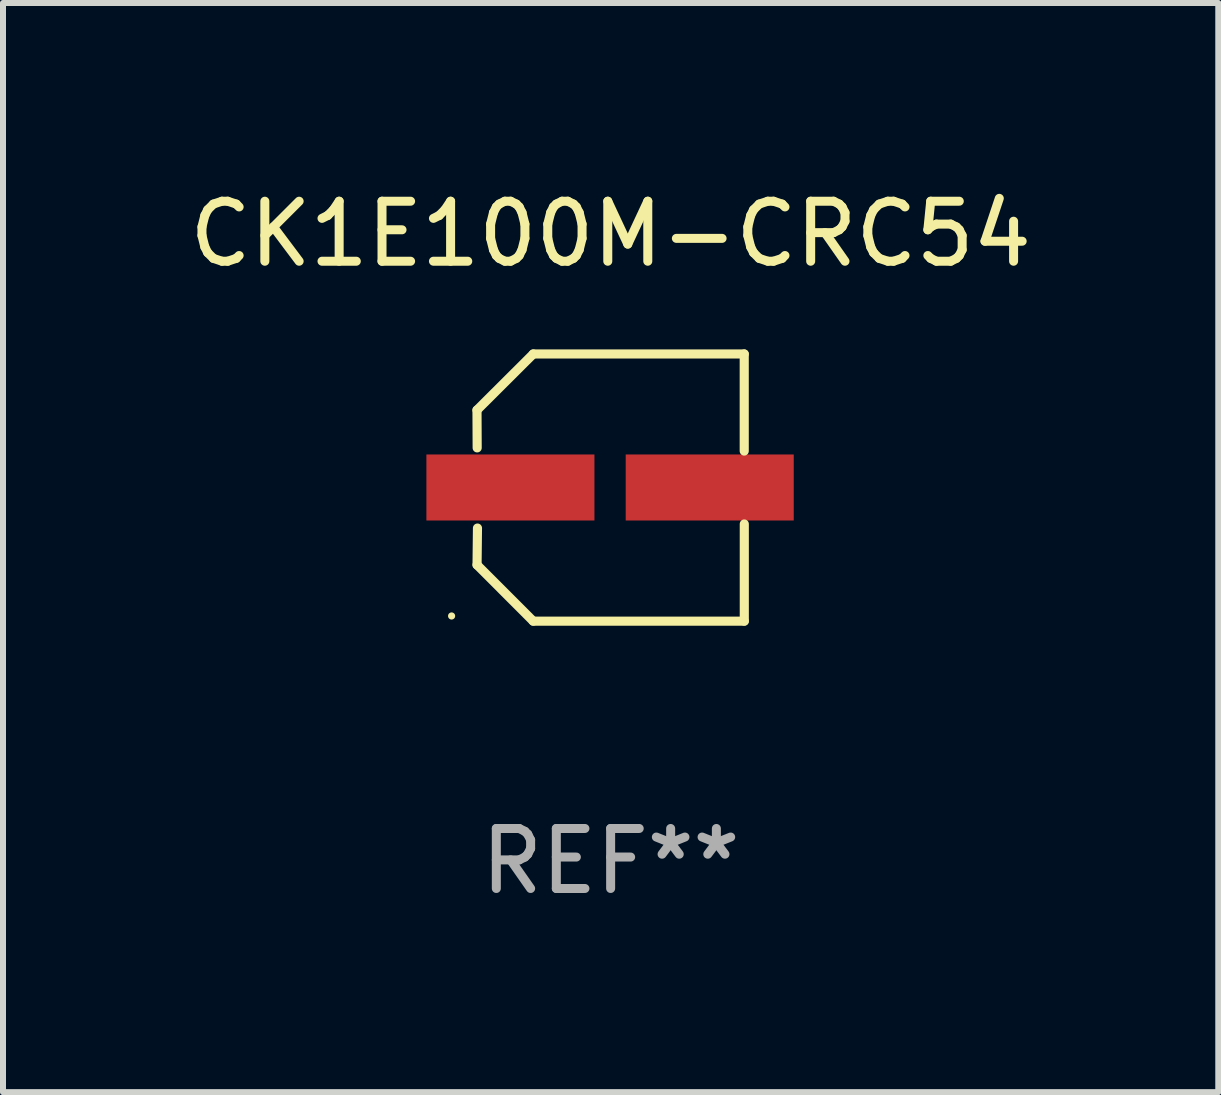
<source format=kicad_pcb>
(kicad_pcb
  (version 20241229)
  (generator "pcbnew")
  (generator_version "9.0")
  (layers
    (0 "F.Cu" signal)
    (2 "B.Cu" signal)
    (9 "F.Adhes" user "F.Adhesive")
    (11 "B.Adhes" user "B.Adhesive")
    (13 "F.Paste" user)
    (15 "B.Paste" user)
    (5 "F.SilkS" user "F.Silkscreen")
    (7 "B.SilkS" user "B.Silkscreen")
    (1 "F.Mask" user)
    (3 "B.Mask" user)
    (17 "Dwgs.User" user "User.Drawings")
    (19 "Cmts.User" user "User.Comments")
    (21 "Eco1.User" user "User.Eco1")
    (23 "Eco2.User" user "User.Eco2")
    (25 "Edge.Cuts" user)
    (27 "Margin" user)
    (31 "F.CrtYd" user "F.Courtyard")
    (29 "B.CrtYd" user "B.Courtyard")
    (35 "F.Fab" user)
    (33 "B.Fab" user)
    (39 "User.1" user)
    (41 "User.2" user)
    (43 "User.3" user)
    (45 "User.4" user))
  (footprint "CK1E100M-CRC54"
    (layer "F.Cu")
    (at 7.125 5.074)
    (property "Reference" "CK1E100M-CRC54" (at 0 -4.226 0) (layer "F.SilkS") (effects (font (size 1 1) (thickness 0.15))))
    (attr through_hole)
    (fp_line (start -2.227 -1.291) (end -2.224 -0.661) (stroke (width 0.152) (type solid)) (layer "F.SilkS"))
    (fp_line (start -2.226 1.289) (end -2.219 0.675) (stroke (width 0.152) (type solid)) (layer "F.SilkS"))
    (fp_line (start -1.29 2.226) (end -2.226 1.289) (stroke (width 0.152) (type solid)) (layer "F.SilkS"))
    (fp_line (start -1.289 -2.226) (end -2.227 -1.291) (stroke (width 0.152) (type solid)) (layer "F.SilkS"))
    (fp_line (start 2.226 -2.226) (end -1.289 -2.226) (stroke (width 0.152) (type solid)) (layer "F.SilkS"))
    (fp_line (start 2.226 -0.608) (end 2.226 -2.226) (stroke (width 0.152) (type solid)) (layer "F.SilkS"))
    (fp_line (start 2.227 0.607) (end 2.227 2.226) (stroke (width 0.152) (type solid)) (layer "F.SilkS"))
    (fp_line (start 2.227 2.226) (end -1.29 2.226) (stroke (width 0.152) (type solid)) (layer "F.SilkS"))
    (fp_circle (center -2.65 2.14) (end -2.62 2.14) (stroke (width 0.06) (type solid)) (fill no) (layer "F.SilkS"))
    (fp_text user "REF**" (at 0 6.226 0) (layer "F.Fab") (effects (font (size 1 1) (thickness 0.15))))
    (pad "1" smd rect (at -1.67 -0.001) (size 2.8 1.1) (layers "F.Cu" "F.Mask" "F.Paste"))
    (pad "2" smd rect (at 1.651 -0.001) (size 2.8 1.1) (layers "F.Cu" "F.Mask" "F.Paste")))
  (gr_rect
    (start -3 -3)
    (end 17.25 15.148)
    (stroke (width 0.1) (type default))
    (fill no)
    (layer "Edge.Cuts")))
</source>
